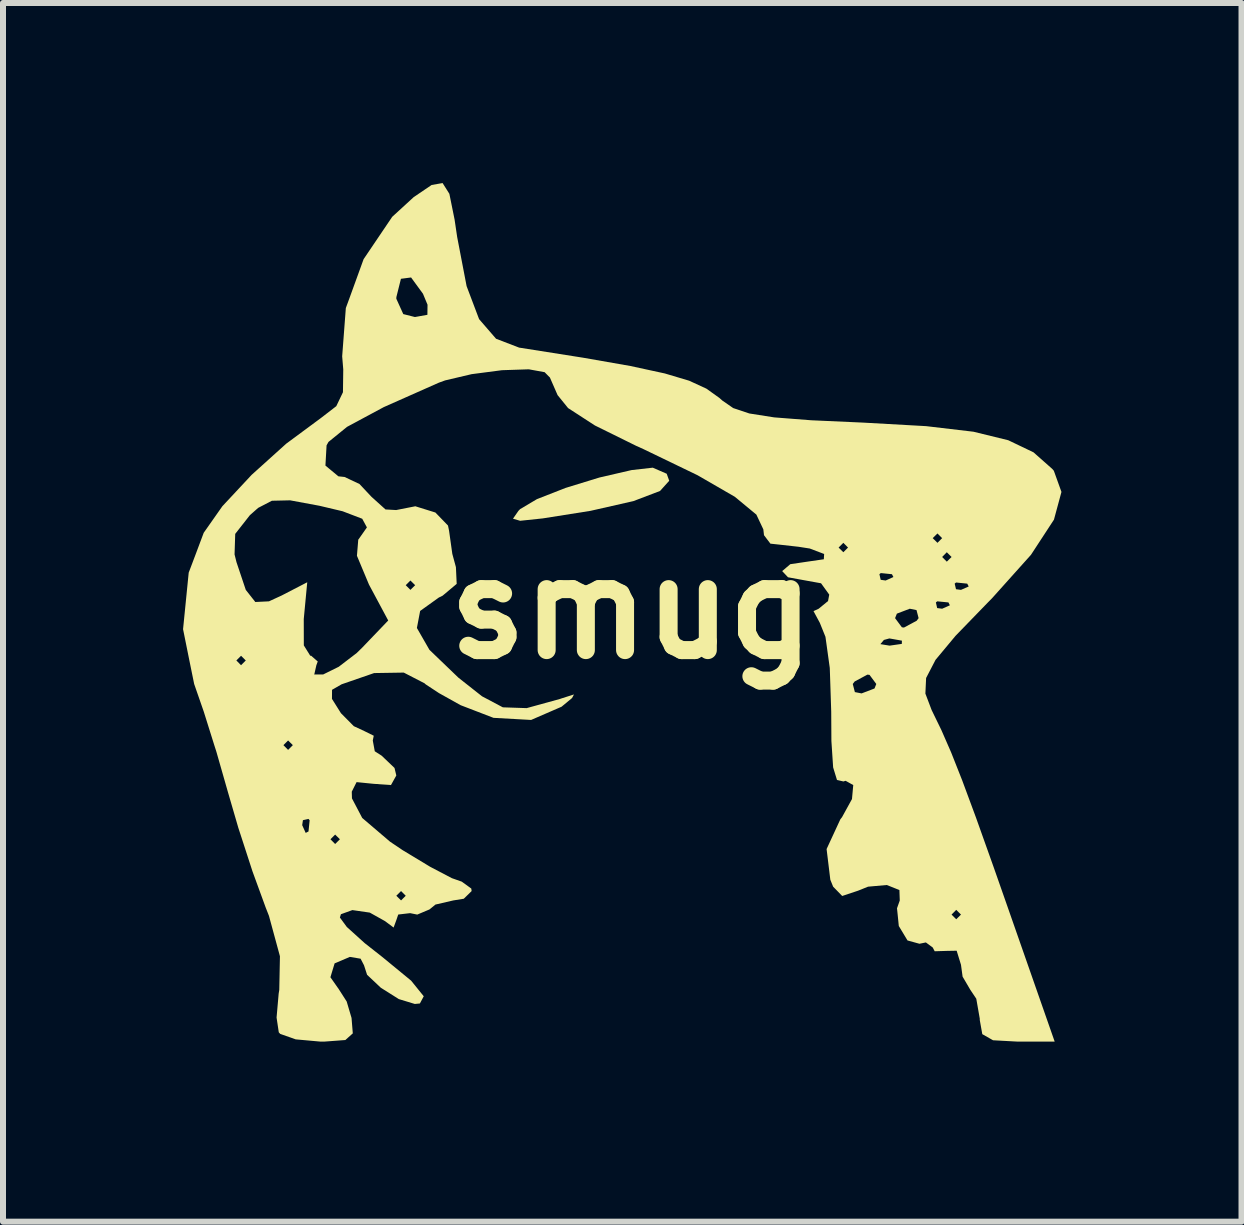
<source format=kicad_pcb>
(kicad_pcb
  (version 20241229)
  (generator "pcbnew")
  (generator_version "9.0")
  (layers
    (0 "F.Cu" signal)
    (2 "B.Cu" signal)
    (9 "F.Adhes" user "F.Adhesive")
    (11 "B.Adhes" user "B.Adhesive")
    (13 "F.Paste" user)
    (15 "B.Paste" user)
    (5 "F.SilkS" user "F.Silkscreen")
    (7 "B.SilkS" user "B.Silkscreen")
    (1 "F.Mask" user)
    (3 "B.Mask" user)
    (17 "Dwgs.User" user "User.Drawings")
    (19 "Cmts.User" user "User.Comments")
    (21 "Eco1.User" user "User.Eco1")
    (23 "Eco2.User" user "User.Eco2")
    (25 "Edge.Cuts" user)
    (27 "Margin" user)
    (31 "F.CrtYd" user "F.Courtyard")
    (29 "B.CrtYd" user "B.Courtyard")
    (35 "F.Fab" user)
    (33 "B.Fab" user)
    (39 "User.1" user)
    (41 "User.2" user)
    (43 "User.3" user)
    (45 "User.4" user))
  (footprint "smug"
    (layer "F.Cu")
    (at 7.473 7.092)
    (property "Reference" "smug" (at 0 0 0) (layer "F.SilkS") (effects (font (size 1.524 1.524) (thickness 0.3))))
    (attr board_only exclude_from_pos_files exclude_from_bom)
    (fp_poly (pts (xy 0.585 -2.249) (xy 0.627 -2.132) (xy 0.474 -1.962) (xy 0.03 -1.793) (xy -0.684 -1.631) (xy -1.479 -1.505) (xy -1.857 -1.465) (xy -1.976 -1.5) (xy -1.886 -1.63) (xy -1.858 -1.659) (xy -1.577 -1.826) (xy -1.099 -2.013) (xy -0.536 -2.186) (xy -0.00005 -2.31) (xy 0.353 -2.35)) (stroke (width 0) (type solid)) (fill yes) (layer "F.SilkS"))
    (fp_poly (pts (xy -3.036 -6.913) (xy -2.949 -6.483) (xy -2.906 -6.193) (xy -2.749 -5.375) (xy -2.541 -4.825) (xy -2.258 -4.498) (xy -1.873 -4.35) (xy -1.858 -4.348) (xy -0.807 -4.182) (xy -0.019 -4.044) (xy 0.553 -3.92) (xy 0.959 -3.799) (xy 1.246 -3.667) (xy 1.463 -3.512) (xy 1.511 -3.469) (xy 1.693 -3.343) (xy 1.962 -3.253) (xy 2.376 -3.188) (xy 2.991 -3.14) (xy 3.856 -3.101) (xy 4.907 -3.042) (xy 5.696 -2.949) (xy 6.276 -2.807) (xy 6.696 -2.606) (xy 7.008 -2.33) (xy 7.035 -2.299) (xy 7.162 -1.946) (xy 7.037 -1.484) (xy 6.654 -0.898) (xy 6.005 -0.174) (xy 5.933 -0.101) (xy 5.397 0.452) (xy 5.064 0.852) (xy 4.907 1.154) (xy 4.895 1.414) (xy 4.999 1.688) (xy 5.161 2.021) (xy 5.324 2.394) (xy 5.509 2.862) (xy 5.738 3.48) (xy 6.032 4.305) (xy 6.268 4.978) (xy 7.049 7.212) (xy 6.425 7.212) (xy 6.022 7.19) (xy 5.843 7.088) (xy 5.801 6.852) (xy 5.801 6.83) (xy 5.743 6.498) (xy 5.644 6.35) (xy 5.515 6.13) (xy 5.488 5.932) (xy 5.416 5.698) (xy 5.252 5.701) (xy 5.05 5.707) (xy 5.017 5.644) (xy 4.903 5.56) (xy 4.796 5.582) (xy 4.597 5.527) (xy 4.452 5.286) (xy 4.433 5.096) (xy 5.331 5.096) (xy 5.409 5.174) (xy 5.488 5.096) (xy 5.409 5.017) (xy 5.331 5.096) (xy 4.433 5.096) (xy 4.422 4.991) (xy 4.468 4.861) (xy 4.462 4.687) (xy 4.252 4.603) (xy 3.94 4.631) (xy 3.773 4.698) (xy 3.509 4.786) (xy 3.358 4.631) (xy 3.311 4.515) (xy 3.249 4.004) (xy 3.478 3.509) (xy 3.506 3.473) (xy 3.672 3.171) (xy 3.693 2.938) (xy 3.566 2.867) (xy 3.529 2.878) (xy 3.422 2.853) (xy 3.358 2.644) (xy 3.329 2.203) (xy 3.326 1.715) (xy 3.311 1.254) (xy 3.685 1.254) (xy 3.72 1.389) (xy 3.832 1.411) (xy 4.047 1.329) (xy 4.077 1.254) (xy 3.964 1.102) (xy 3.929 1.098) (xy 3.717 1.212) (xy 3.685 1.254) (xy 3.311 1.254) (xy 3.302 0.987) (xy 3.247 0.59) (xy 4.145 0.59) (xy 4.299 0.615) (xy 4.502 0.586) (xy 4.504 0.532) (xy 4.295 0.495) (xy 4.204 0.52) (xy 4.145 0.59) (xy 3.247 0.59) (xy 3.23 0.468) (xy 3.136 0.235) (xy 3.094 0.157) (xy 4.39 0.157) (xy 4.503 0.309) (xy 4.538 0.314) (xy 4.75 0.2) (xy 4.782 0.157) (xy 4.747 0.023) (xy 4.635 0) (xy 4.42 0.082) (xy 4.39 0.157) (xy 3.094 0.157) (xy 3.031 0.04) (xy 3.117 0) (xy 3.245 -0.105) (xy 5.07 -0.105) (xy 5.091 -0.011) (xy 5.174 0) (xy 5.303 -0.057) (xy 5.279 -0.105) (xy 5.093 -0.123) (xy 5.07 -0.105) (xy 3.245 -0.105) (xy 3.273 -0.127) (xy 3.293 -0.235) (xy 3.161 -0.418) (xy 5.383 -0.418) (xy 5.405 -0.325) (xy 5.488 -0.314) (xy 5.617 -0.371) (xy 5.592 -0.418) (xy 5.406 -0.437) (xy 5.383 -0.418) (xy 3.161 -0.418) (xy 3.156 -0.424) (xy 2.901 -0.47) (xy 2.606 -0.524) (xy 2.558 -0.575) (xy 4.129 -0.575) (xy 4.15 -0.482) (xy 4.233 -0.47) (xy 4.362 -0.528) (xy 4.338 -0.575) (xy 4.152 -0.594) (xy 4.129 -0.575) (xy 2.558 -0.575) (xy 2.509 -0.627) (xy 2.644 -0.742) (xy 2.927 -0.784) (xy 3.203 -0.824) (xy 3.205 -0.862) (xy 5.174 -0.862) (xy 5.252 -0.784) (xy 5.331 -0.862) (xy 5.252 -0.941) (xy 5.174 -0.862) (xy 3.205 -0.862) (xy 3.208 -0.912) (xy 2.969 -1.003) (xy 2.866 -1.019) (xy 3.449 -1.019) (xy 3.528 -0.941) (xy 3.606 -1.019) (xy 3.528 -1.098) (xy 3.449 -1.019) (xy 2.866 -1.019) (xy 2.783 -1.032) (xy 2.453 -1.069) (xy 2.313 -1.084) (xy 2.243 -1.176) (xy 5.017 -1.176) (xy 5.096 -1.098) (xy 5.174 -1.176) (xy 5.096 -1.254) (xy 5.017 -1.176) (xy 2.243 -1.176) (xy 2.206 -1.225) (xy 2.195 -1.322) (xy 2.079 -1.568) (xy 1.72 -1.865) (xy 1.099 -2.224) (xy 0.198 -2.659) (xy 0.078 -2.713) (xy -0.611 -3.053) (xy -1.058 -3.343) (xy -1.233 -3.559) (xy -1.361 -3.852) (xy -1.449 -3.941) (xy -1.713 -3.989) (xy -2.16 -3.974) (xy -2.665 -3.908) (xy -3.107 -3.804) (xy -3.214 -3.765) (xy -4.129 -3.359) (xy -4.741 -3.03) (xy -5.05 -2.779) (xy -5.082 -2.722) (xy -5.101 -2.385) (xy -4.885 -2.206) (xy -4.782 -2.195) (xy -4.534 -2.078) (xy -4.333 -1.864) (xy -4.1 -1.654) (xy -3.923 -1.644) (xy -3.603 -1.707) (xy -3.269 -1.603) (xy -3.059 -1.386) (xy -3.041 -1.299) (xy -2.987 -0.914) (xy -2.927 -0.693) (xy -2.914 -0.414) (xy -3.149 -0.217) (xy -3.212 -0.186) (xy -3.523 0.037) (xy -3.577 0.321) (xy -3.368 0.685) (xy -2.885 1.149) (xy -2.492 1.459) (xy -2.145 1.643) (xy -1.748 1.656) (xy -1.192 1.503) (xy -1.176 1.497) (xy -0.96 1.428) (xy -0.992 1.488) (xy -1.167 1.633) (xy -1.674 1.853) (xy -2.301 1.818) (xy -2.849 1.607) (xy -3.209 1.406) (xy -3.431 1.26) (xy -3.449 1.243) (xy -3.796 1.064) (xy -4.29 1.072) (xy -4.831 1.259) (xy -4.991 1.351) (xy -4.992 1.502) (xy -4.842 1.741) (xy -4.628 1.957) (xy -4.454 2.038) (xy -4.296 2.116) (xy -4.312 2.196) (xy -4.279 2.375) (xy -4.165 2.448) (xy -3.95 2.653) (xy -3.92 2.778) (xy -4.009 2.938) (xy -4.302 2.917) (xy -4.582 2.889) (xy -4.662 3.048) (xy -4.659 3.16) (xy -4.488 3.486) (xy -4.025 3.881) (xy -3.814 4.023) (xy -3.357 4.299) (xy -2.995 4.489) (xy -2.83 4.547) (xy -2.671 4.662) (xy -2.665 4.704) (xy -2.796 4.832) (xy -2.97 4.86) (xy -3.268 4.929) (xy -3.367 5.01) (xy -3.571 5.096) (xy -3.69 5.072) (xy -3.888 5.095) (xy -3.92 5.189) (xy -3.965 5.312) (xy -4.108 5.205) (xy -4.362 5.063) (xy -4.652 5.021) (xy -4.843 5.09) (xy -4.86 5.145) (xy -4.745 5.302) (xy -4.446 5.572) (xy -4.155 5.801) (xy -3.673 6.197) (xy -3.463 6.457) (xy -3.527 6.577) (xy -3.612 6.585) (xy -3.878 6.504) (xy -4.178 6.315) (xy -4.407 6.099) (xy -4.458 5.941) (xy -4.515 5.831) (xy -4.694 5.801) (xy -4.948 5.909) (xy -5.018 6.14) (xy -4.879 6.338) (xy -4.747 6.544) (xy -4.666 6.818) (xy -4.645 7.075) (xy -4.769 7.186) (xy -5.116 7.212) (xy -5.187 7.212) (xy -5.596 7.175) (xy -5.854 7.084) (xy -5.878 7.058) (xy -5.915 6.812) (xy -5.88 6.412) (xy -5.87 6.351) (xy -5.859 5.79) (xy -6.042 5.117) (xy -6.097 4.977) (xy -6.168 4.782) (xy -3.92 4.782) (xy -3.841 4.86) (xy -3.763 4.782) (xy -3.841 4.704) (xy -3.92 4.782) (xy -6.168 4.782) (xy -6.316 4.377) (xy -6.49 3.841) (xy -5.017 3.841) (xy -4.939 3.92) (xy -4.86 3.841) (xy -4.939 3.763) (xy -5.017 3.841) (xy -6.49 3.841) (xy -6.553 3.648) (xy -6.565 3.606) (xy -5.488 3.606) (xy -5.43 3.735) (xy -5.383 3.711) (xy -5.364 3.525) (xy -5.383 3.502) (xy -5.476 3.523) (xy -5.488 3.606) (xy -6.565 3.606) (xy -6.725 3.057) (xy -6.918 2.382) (xy -6.953 2.273) (xy -5.801 2.273) (xy -5.723 2.352) (xy -5.644 2.273) (xy -5.723 2.195) (xy -5.801 2.273) (xy -6.953 2.273) (xy -7.128 1.715) (xy -7.288 1.254) (xy -7.368 0.862) (xy -6.585 0.862) (xy -6.507 0.941) (xy -6.428 0.862) (xy -6.507 0.784) (xy -6.585 0.862) (xy -7.368 0.862) (xy -7.473 0.341) (xy -7.379 -0.601) (xy -7.264 -0.905) (xy -6.615 -0.905) (xy -6.583 -0.776) (xy -6.428 -0.314) (xy -6.269 -0.112) (xy -6.042 -0.123) (xy -5.829 -0.221) (xy -5.404 -0.441) (xy -5.462 0.172) (xy -5.461 0.611) (xy -5.354 0.783) (xy -5.338 0.784) (xy -5.229 0.879) (xy -5.252 0.941) (xy -5.287 1.096) (xy -5.138 1.095) (xy -4.879 0.967) (xy -4.58 0.738) (xy -4.487 0.647) (xy -4.055 0.196) (xy -4.37 -0.392) (xy -3.763 -0.392) (xy -3.685 -0.314) (xy -3.606 -0.392) (xy -3.685 -0.47) (xy -3.763 -0.392) (xy -4.37 -0.392) (xy -4.377 -0.406) (xy -4.576 -0.882) (xy -4.554 -1.152) (xy -4.545 -1.162) (xy -4.41 -1.355) (xy -4.488 -1.499) (xy -4.815 -1.624) (xy -5.199 -1.715) (xy -5.69 -1.806) (xy -5.993 -1.799) (xy -6.222 -1.68) (xy -6.36 -1.558) (xy -6.604 -1.247) (xy -6.615 -0.905) (xy -7.264 -0.905) (xy -7.129 -1.265) (xy -6.818 -1.708) (xy -6.33 -2.231) (xy -5.754 -2.75) (xy -5.178 -3.176) (xy -4.92 -3.375) (xy -4.809 -3.607) (xy -4.804 -3.987) (xy -4.822 -4.205) (xy -4.761 -5.01) (xy -4.704 -5.165) (xy -3.92 -5.165) (xy -3.804 -4.909) (xy -3.61 -4.86) (xy -3.402 -4.897) (xy -3.4 -5.065) (xy -3.476 -5.248) (xy -3.674 -5.519) (xy -3.843 -5.497) (xy -3.919 -5.192) (xy -3.92 -5.165) (xy -4.704 -5.165) (xy -4.465 -5.824) (xy -3.988 -6.53) (xy -3.63 -6.858) (xy -3.332 -7.06) (xy -3.149 -7.092)) (stroke (width 0) (type solid)) (fill yes) (layer "F.SilkS")))
  (gr_rect
    (start -3 -3)
    (end 17.635 17.304)
    (stroke (width 0.1) (type default))
    (fill no)
    (layer "Edge.Cuts")))
</source>
